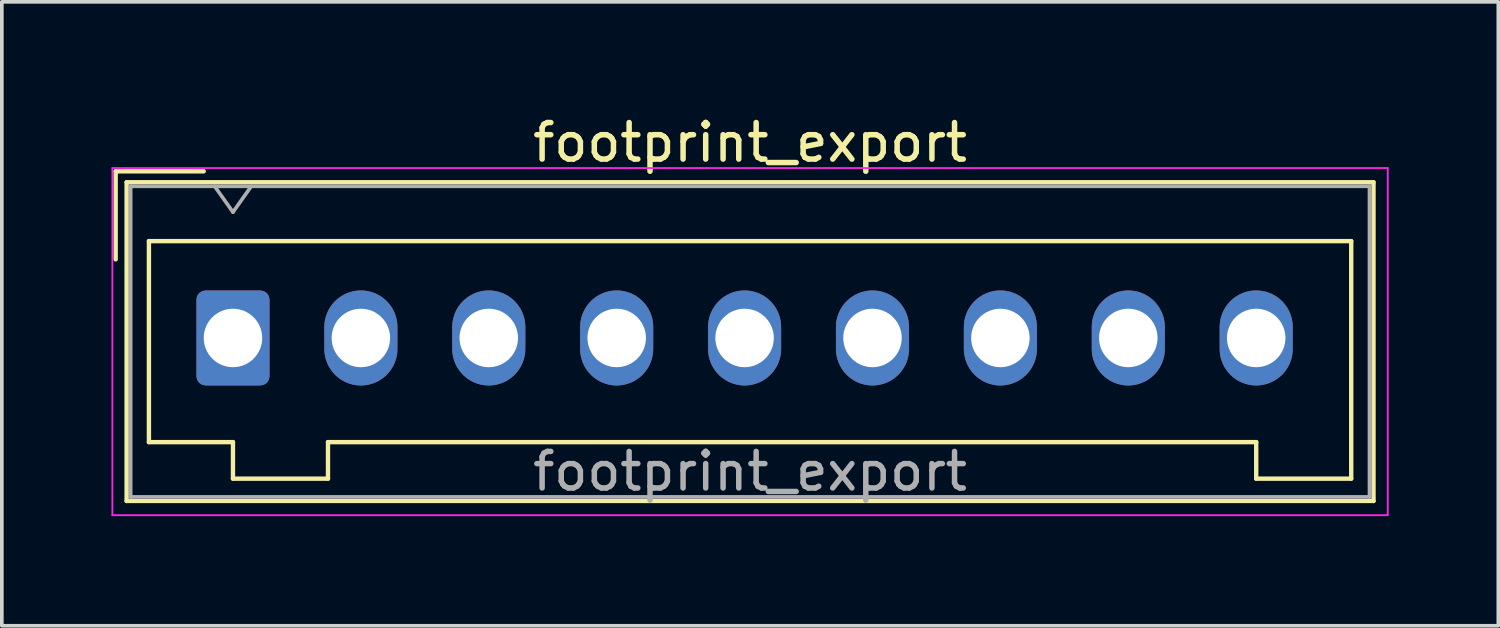
<source format=kicad_pcb>
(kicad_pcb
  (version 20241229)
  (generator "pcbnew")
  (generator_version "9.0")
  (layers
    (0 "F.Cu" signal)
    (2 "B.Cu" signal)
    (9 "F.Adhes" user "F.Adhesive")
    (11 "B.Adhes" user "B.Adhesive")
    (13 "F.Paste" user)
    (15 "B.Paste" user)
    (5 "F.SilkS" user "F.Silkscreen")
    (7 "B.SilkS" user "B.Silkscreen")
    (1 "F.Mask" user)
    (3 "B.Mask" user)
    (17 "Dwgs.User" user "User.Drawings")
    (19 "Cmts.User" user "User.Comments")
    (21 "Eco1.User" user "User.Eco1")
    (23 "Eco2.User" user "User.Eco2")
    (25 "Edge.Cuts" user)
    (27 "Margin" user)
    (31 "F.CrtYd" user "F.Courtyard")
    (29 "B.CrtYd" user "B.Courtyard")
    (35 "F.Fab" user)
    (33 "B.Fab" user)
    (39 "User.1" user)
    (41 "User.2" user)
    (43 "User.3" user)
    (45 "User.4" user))
  (footprint "footprint_export"
    (layer "F.Cu")
    (at 3.325 6.198)
    (property "Reference" "footprint_export" (at 14.15 -5.35 0) (layer "F.SilkS") (effects (font (size 1 1) (thickness 0.15))))
    (attr through_hole)
    (fp_line (start -3.21 -4.56) (end -0.8 -4.56) (stroke (width 0.12) (type solid)) (layer "F.SilkS"))
    (fp_line (start -3.21 -2.15) (end -3.21 -4.56) (stroke (width 0.12) (type solid)) (layer "F.SilkS"))
    (fp_line (start -2.91 -4.26) (end -2.91 4.46) (stroke (width 0.12) (type solid)) (layer "F.SilkS"))
    (fp_line (start -2.91 4.46) (end 31.21 4.46) (stroke (width 0.12) (type solid)) (layer "F.SilkS"))
    (fp_line (start -2.3 -2.65) (end -2.3 2.85) (stroke (width 0.12) (type solid)) (layer "F.SilkS"))
    (fp_line (start -2.3 2.85) (end 0 2.85) (stroke (width 0.12) (type solid)) (layer "F.SilkS"))
    (fp_line (start 0 2.85) (end 0 3.85) (stroke (width 0.12) (type solid)) (layer "F.SilkS"))
    (fp_line (start 0 3.85) (end 2.6 3.85) (stroke (width 0.12) (type solid)) (layer "F.SilkS"))
    (fp_line (start 2.6 2.85) (end 28 2.85) (stroke (width 0.12) (type solid)) (layer "F.SilkS"))
    (fp_line (start 2.6 3.85) (end 2.6 2.85) (stroke (width 0.12) (type solid)) (layer "F.SilkS"))
    (fp_line (start 28 2.85) (end 28 3.85) (stroke (width 0.12) (type solid)) (layer "F.SilkS"))
    (fp_line (start 28 3.85) (end 30.6 3.85) (stroke (width 0.12) (type solid)) (layer "F.SilkS"))
    (fp_line (start 30.6 -2.65) (end -2.3 -2.65) (stroke (width 0.12) (type solid)) (layer "F.SilkS"))
    (fp_line (start 30.6 3.85) (end 30.6 -2.65) (stroke (width 0.12) (type solid)) (layer "F.SilkS"))
    (fp_line (start 31.21 -4.26) (end -2.91 -4.26) (stroke (width 0.12) (type solid)) (layer "F.SilkS"))
    (fp_line (start 31.21 4.46) (end 31.21 -4.26) (stroke (width 0.12) (type solid)) (layer "F.SilkS"))
    (fp_line (start -3.3 -4.65) (end -3.3 4.85) (stroke (width 0.05) (type solid)) (layer "F.CrtYd"))
    (fp_line (start -3.3 4.85) (end 31.6 4.85) (stroke (width 0.05) (type solid)) (layer "F.CrtYd"))
    (fp_line (start 31.6 -4.65) (end -3.3 -4.65) (stroke (width 0.05) (type solid)) (layer "F.CrtYd"))
    (fp_line (start 31.6 4.85) (end 31.6 -4.65) (stroke (width 0.05) (type solid)) (layer "F.CrtYd"))
    (fp_line (start -2.8 -4.15) (end -2.8 4.35) (stroke (width 0.1) (type solid)) (layer "F.Fab"))
    (fp_line (start -2.8 4.35) (end 31.1 4.35) (stroke (width 0.1) (type solid)) (layer "F.Fab"))
    (fp_line (start -0.5 -4.15) (end 0 -3.443) (stroke (width 0.1) (type solid)) (layer "F.Fab"))
    (fp_line (start 0 -3.443) (end 0.5 -4.15) (stroke (width 0.1) (type solid)) (layer "F.Fab"))
    (fp_line (start 31.1 -4.15) (end -2.8 -4.15) (stroke (width 0.1) (type solid)) (layer "F.Fab"))
    (fp_line (start 31.1 4.35) (end 31.1 -4.15) (stroke (width 0.1) (type solid)) (layer "F.Fab"))
    (fp_text user "${REFERENCE}" (at 14.15 3.65 0) (layer "F.Fab") (effects (font (size 1 1) (thickness 0.15))))
    (pad "1" thru_hole roundrect (at 0 0) (size 2 2.6) (drill 1.6) (layers "*.Cu" "*.Mask") (roundrect_rratio 0.125))
    (pad "2" thru_hole oval (at 3.5 0) (size 2 2.6) (drill 1.6) (layers "*.Cu" "*.Mask"))
    (pad "3" thru_hole oval (at 7 0) (size 2 2.6) (drill 1.6) (layers "*.Cu" "*.Mask"))
    (pad "4" thru_hole oval (at 10.5 0) (size 2 2.6) (drill 1.6) (layers "*.Cu" "*.Mask"))
    (pad "5" thru_hole oval (at 14 0) (size 2 2.6) (drill 1.6) (layers "*.Cu" "*.Mask"))
    (pad "6" thru_hole oval (at 17.5 0) (size 2 2.6) (drill 1.6) (layers "*.Cu" "*.Mask"))
    (pad "7" thru_hole oval (at 21 0) (size 2 2.6) (drill 1.6) (layers "*.Cu" "*.Mask"))
    (pad "8" thru_hole oval (at 24.5 0) (size 2 2.6) (drill 1.6) (layers "*.Cu" "*.Mask"))
    (pad "9" thru_hole oval (at 28 0) (size 2 2.6) (drill 1.6) (layers "*.Cu" "*.Mask")))
  (gr_rect
    (start -3 -3)
    (end 37.95 14.073)
    (stroke (width 0.1) (type default))
    (fill no)
    (layer "Edge.Cuts")))
</source>
